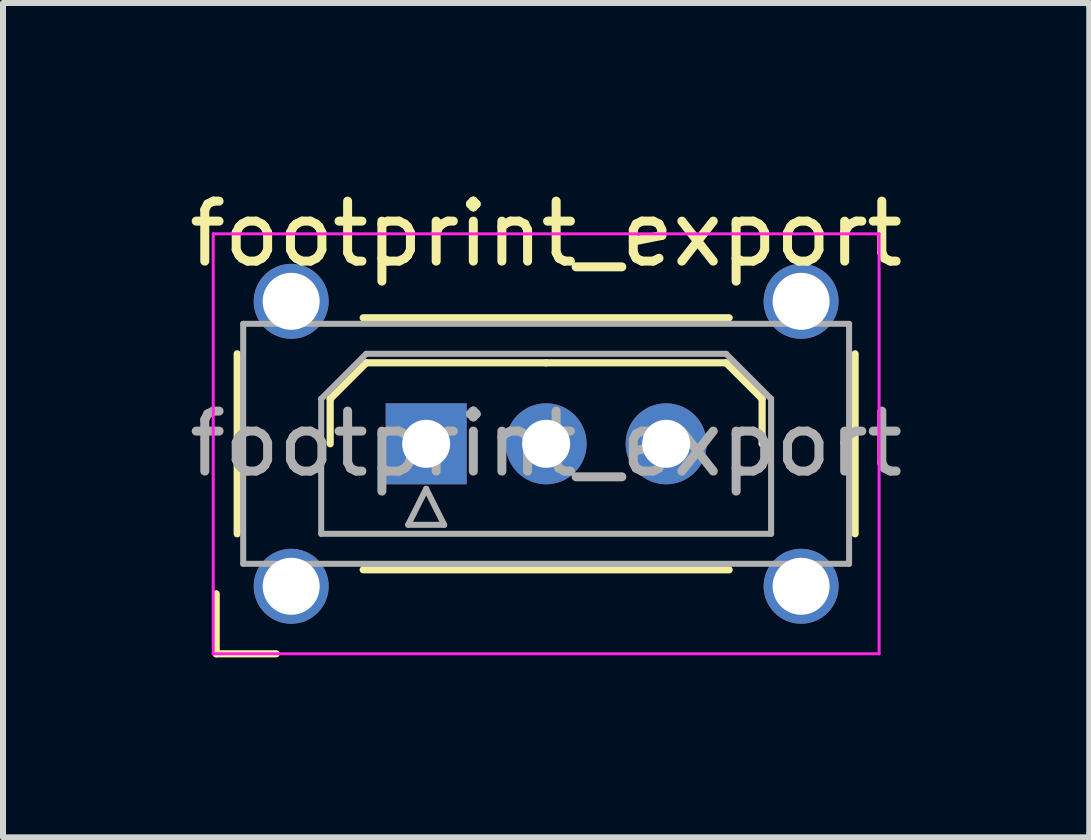
<source format=kicad_pcb>
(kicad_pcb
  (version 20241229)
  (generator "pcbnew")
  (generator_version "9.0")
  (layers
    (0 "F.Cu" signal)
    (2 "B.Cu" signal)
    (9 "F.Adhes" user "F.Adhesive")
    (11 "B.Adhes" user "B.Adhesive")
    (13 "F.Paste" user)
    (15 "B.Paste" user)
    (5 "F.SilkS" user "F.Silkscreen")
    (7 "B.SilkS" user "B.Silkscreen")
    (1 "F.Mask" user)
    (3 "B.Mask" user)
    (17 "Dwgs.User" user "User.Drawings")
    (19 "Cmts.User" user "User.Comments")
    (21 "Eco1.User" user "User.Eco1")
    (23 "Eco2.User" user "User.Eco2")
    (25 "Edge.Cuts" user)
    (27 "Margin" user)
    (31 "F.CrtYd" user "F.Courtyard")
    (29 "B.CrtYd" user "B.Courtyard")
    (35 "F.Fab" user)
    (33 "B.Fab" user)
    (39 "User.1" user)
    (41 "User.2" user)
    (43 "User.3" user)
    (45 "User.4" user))
  (footprint "footprint_export"
    (layer "F.Cu")
    (at 4.054 4.348)
    (property "Reference" "footprint_export" (at 2 -3.5 0) (layer "F.SilkS") (effects (font (size 1 1) (thickness 0.15))))
    (attr through_hole)
    (fp_line (start -3.5 2.5) (end -3.5 3.5) (stroke (width 0.12) (type solid)) (layer "F.SilkS"))
    (fp_line (start -3.5 3.5) (end -2.5 3.5) (stroke (width 0.12) (type solid)) (layer "F.SilkS"))
    (fp_line (start -3.15 -1.5) (end -3.15 1.5) (stroke (width 0.12) (type solid)) (layer "F.SilkS"))
    (fp_line (start -1.6 -0.75) (end -1 -1.35) (stroke (width 0.12) (type solid)) (layer "F.SilkS"))
    (fp_line (start -1.6 0) (end -1.6 -0.75) (stroke (width 0.12) (type solid)) (layer "F.SilkS"))
    (fp_line (start -1.05 -2.1) (end 5.05 -2.1) (stroke (width 0.12) (type solid)) (layer "F.SilkS"))
    (fp_line (start -1.05 2.1) (end 5.05 2.1) (stroke (width 0.12) (type solid)) (layer "F.SilkS"))
    (fp_line (start -1 -1.35) (end 2 -1.35) (stroke (width 0.12) (type solid)) (layer "F.SilkS"))
    (fp_line (start 5 -1.35) (end 2 -1.35) (stroke (width 0.12) (type solid)) (layer "F.SilkS"))
    (fp_line (start 5.6 -0.75) (end 5 -1.35) (stroke (width 0.12) (type solid)) (layer "F.SilkS"))
    (fp_line (start 5.6 0) (end 5.6 -0.75) (stroke (width 0.12) (type solid)) (layer "F.SilkS"))
    (fp_line (start 7.15 -1.5) (end 7.15 1.5) (stroke (width 0.12) (type solid)) (layer "F.SilkS"))
    (fp_line (start -3.55 -3.5) (end -3.55 3.5) (stroke (width 0.05) (type solid)) (layer "F.CrtYd"))
    (fp_line (start -3.55 3.5) (end 7.55 3.5) (stroke (width 0.05) (type solid)) (layer "F.CrtYd"))
    (fp_line (start 7.55 -3.5) (end -3.55 -3.5) (stroke (width 0.05) (type solid)) (layer "F.CrtYd"))
    (fp_line (start 7.55 3.5) (end 7.55 -3.5) (stroke (width 0.05) (type solid)) (layer "F.CrtYd"))
    (fp_line (start -3.05 -2) (end -3.05 2) (stroke (width 0.1) (type solid)) (layer "F.Fab"))
    (fp_line (start -3.05 2) (end 7.05 2) (stroke (width 0.1) (type solid)) (layer "F.Fab"))
    (fp_line (start -1.75 -0.75) (end -1 -1.5) (stroke (width 0.1) (type solid)) (layer "F.Fab"))
    (fp_line (start -1.75 1.5) (end -1.75 -0.75) (stroke (width 0.1) (type solid)) (layer "F.Fab"))
    (fp_line (start -1 -1.5) (end 5 -1.5) (stroke (width 0.1) (type solid)) (layer "F.Fab"))
    (fp_line (start -0.3 1.35) (end 0.3 1.35) (stroke (width 0.1) (type solid)) (layer "F.Fab"))
    (fp_line (start 0 0.75) (end -0.3 1.35) (stroke (width 0.1) (type solid)) (layer "F.Fab"))
    (fp_line (start 0.3 1.35) (end 0 0.75) (stroke (width 0.1) (type solid)) (layer "F.Fab"))
    (fp_line (start 5 -1.5) (end 5.75 -0.75) (stroke (width 0.1) (type solid)) (layer "F.Fab"))
    (fp_line (start 5.75 -0.75) (end 5.75 1.5) (stroke (width 0.1) (type solid)) (layer "F.Fab"))
    (fp_line (start 5.75 1.5) (end -1.75 1.5) (stroke (width 0.1) (type solid)) (layer "F.Fab"))
    (fp_line (start 7.05 -2) (end -3.05 -2) (stroke (width 0.1) (type solid)) (layer "F.Fab"))
    (fp_line (start 7.05 2) (end 7.05 -2) (stroke (width 0.1) (type solid)) (layer "F.Fab"))
    (fp_text user "${REFERENCE}" (at 2 0 0) (layer "F.Fab") (effects (font (size 1 1) (thickness 0.15))))
    (pad "" thru_hole circle (at -2.25 -2.375) (size 1.25 1.25) (drill 0.95) (layers "*.Cu" "*.Mask"))
    (pad "" thru_hole circle (at -2.25 2.375) (size 1.25 1.25) (drill 0.95) (layers "*.Cu" "*.Mask"))
    (pad "" thru_hole circle (at 6.25 -2.375) (size 1.25 1.25) (drill 0.95) (layers "*.Cu" "*.Mask"))
    (pad "" thru_hole circle (at 6.25 2.375) (size 1.25 1.25) (drill 0.95) (layers "*.Cu" "*.Mask"))
    (pad "1" thru_hole rect (at 0 0) (size 1.35 1.35) (drill 0.8) (layers "*.Cu" "*.Mask"))
    (pad "2" thru_hole circle (at 2 0) (size 1.35 1.35) (drill 0.8) (layers "*.Cu" "*.Mask"))
    (pad "3" thru_hole circle (at 4 0) (size 1.35 1.35) (drill 0.8) (layers "*.Cu" "*.Mask")))
  (gr_rect
    (start -3 -3)
    (end 15.107 10.908)
    (stroke (width 0.1) (type default))
    (fill no)
    (layer "Edge.Cuts")))
</source>
